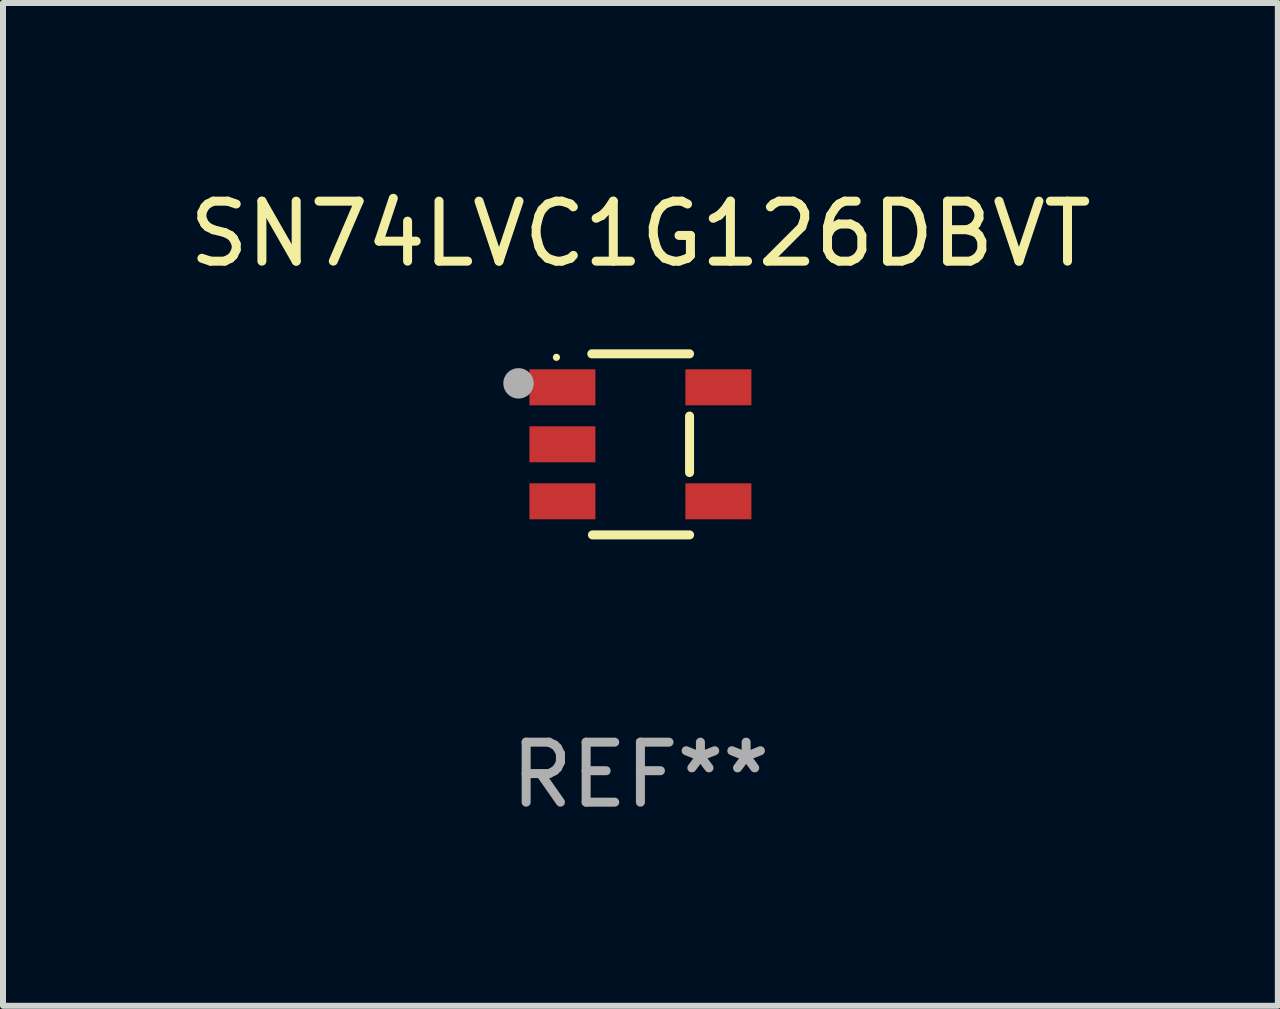
<source format=kicad_pcb>
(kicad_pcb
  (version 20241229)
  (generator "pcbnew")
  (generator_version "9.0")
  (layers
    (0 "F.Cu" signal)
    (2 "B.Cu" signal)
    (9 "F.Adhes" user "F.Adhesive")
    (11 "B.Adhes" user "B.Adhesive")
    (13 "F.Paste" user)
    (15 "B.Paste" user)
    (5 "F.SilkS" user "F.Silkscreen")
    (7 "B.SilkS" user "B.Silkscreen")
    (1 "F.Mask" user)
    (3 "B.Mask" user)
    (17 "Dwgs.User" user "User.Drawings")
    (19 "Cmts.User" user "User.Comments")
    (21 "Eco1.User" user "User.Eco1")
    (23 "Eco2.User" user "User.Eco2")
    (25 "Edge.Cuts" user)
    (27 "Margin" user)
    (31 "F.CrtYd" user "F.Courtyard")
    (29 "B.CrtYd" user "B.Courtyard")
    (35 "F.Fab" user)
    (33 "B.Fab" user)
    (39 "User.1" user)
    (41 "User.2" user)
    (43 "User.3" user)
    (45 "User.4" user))
  (footprint "SN74LVC1G126DBVT"
    (layer "F.Cu")
    (at 7.625 4.357)
    (property "Reference" "SN74LVC1G126DBVT" (at 0 -3.509 0) (layer "F.SilkS") (effects (font (size 1 1) (thickness 0.15))))
    (attr through_hole)
    (fp_line (start -0.811 -1.509) (end 0.819 -1.509) (stroke (width 0.15) (type solid)) (layer "F.SilkS"))
    (fp_line (start -0.8 1.509) (end 0.82 1.509) (stroke (width 0.15) (type solid)) (layer "F.SilkS"))
    (fp_line (start 0.819 -0.472) (end 0.819 0.47) (stroke (width 0.15) (type solid)) (layer "F.SilkS"))
    (fp_circle (center -1.4 -1.451) (end -1.37 -1.451) (stroke (width 0.06) (type solid)) (fill no) (layer "F.SilkS"))
    (fp_circle (center -2.032 -1.017) (end -1.905 -1.017) (stroke (width 0.254) (type solid)) (fill no) (layer "F.Fab"))
    (fp_text user "REF**" (at 0 5.509 0) (layer "F.Fab") (effects (font (size 1 1) (thickness 0.15))))
    (pad "1" smd rect (at -1.3 -0.951) (size 1.1 0.6) (layers "F.Cu" "F.Mask" "F.Paste"))
    (pad "2" smd rect (at -1.3 -0.001) (size 1.1 0.6) (layers "F.Cu" "F.Mask" "F.Paste"))
    (pad "3" smd rect (at -1.3 0.949) (size 1.1 0.6) (layers "F.Cu" "F.Mask" "F.Paste"))
    (pad "4" smd rect (at 1.3 0.949) (size 1.1 0.6) (layers "F.Cu" "F.Mask" "F.Paste"))
    (pad "5" smd rect (at 1.3 -0.951) (size 1.1 0.6) (layers "F.Cu" "F.Mask" "F.Paste")))
  (gr_rect
    (start -3 -3)
    (end 18.25 13.715)
    (stroke (width 0.1) (type default))
    (fill no)
    (layer "Edge.Cuts")))
</source>
